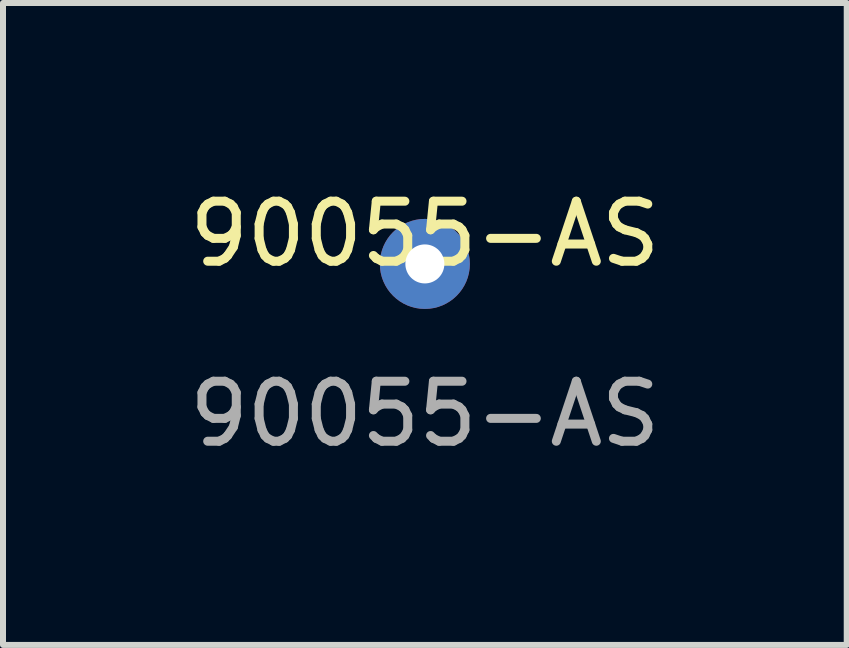
<source format=kicad_pcb>
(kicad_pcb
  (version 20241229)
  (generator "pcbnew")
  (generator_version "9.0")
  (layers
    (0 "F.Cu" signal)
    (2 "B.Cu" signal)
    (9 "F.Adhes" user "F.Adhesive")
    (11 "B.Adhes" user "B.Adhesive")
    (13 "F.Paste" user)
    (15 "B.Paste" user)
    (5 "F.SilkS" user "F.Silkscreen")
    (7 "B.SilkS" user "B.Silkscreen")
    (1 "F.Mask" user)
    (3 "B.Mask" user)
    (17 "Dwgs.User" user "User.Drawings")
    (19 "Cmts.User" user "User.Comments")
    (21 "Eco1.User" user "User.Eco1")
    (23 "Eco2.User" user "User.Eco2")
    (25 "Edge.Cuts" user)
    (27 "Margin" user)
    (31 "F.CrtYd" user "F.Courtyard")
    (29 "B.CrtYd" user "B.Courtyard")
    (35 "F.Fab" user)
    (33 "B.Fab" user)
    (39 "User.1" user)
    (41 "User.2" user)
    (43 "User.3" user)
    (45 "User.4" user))
  (footprint "90055-AS"
    (layer "F.Cu")
    (at 4.03 1.348)
    (property "Reference" "90055-AS" (at 0 -0.5 0) (unlocked yes) (layer "F.SilkS") (effects (font (size 1 1) (thickness 0.15))))
    (attr through_hole)
    (fp_text user "${REFERENCE}" (at 0 2.5 0) (unlocked yes) (layer "F.Fab") (effects (font (size 1 1) (thickness 0.15))))
    (pad "1" thru_hole circle (at 0 0) (size 1.5 1.5) (drill 0.65) (layers "*.Cu" "*.Mask")))
  (gr_rect
    (start -3 -3)
    (end 11.06 7.697)
    (stroke (width 0.1) (type default))
    (fill no)
    (layer "Edge.Cuts")))
</source>
